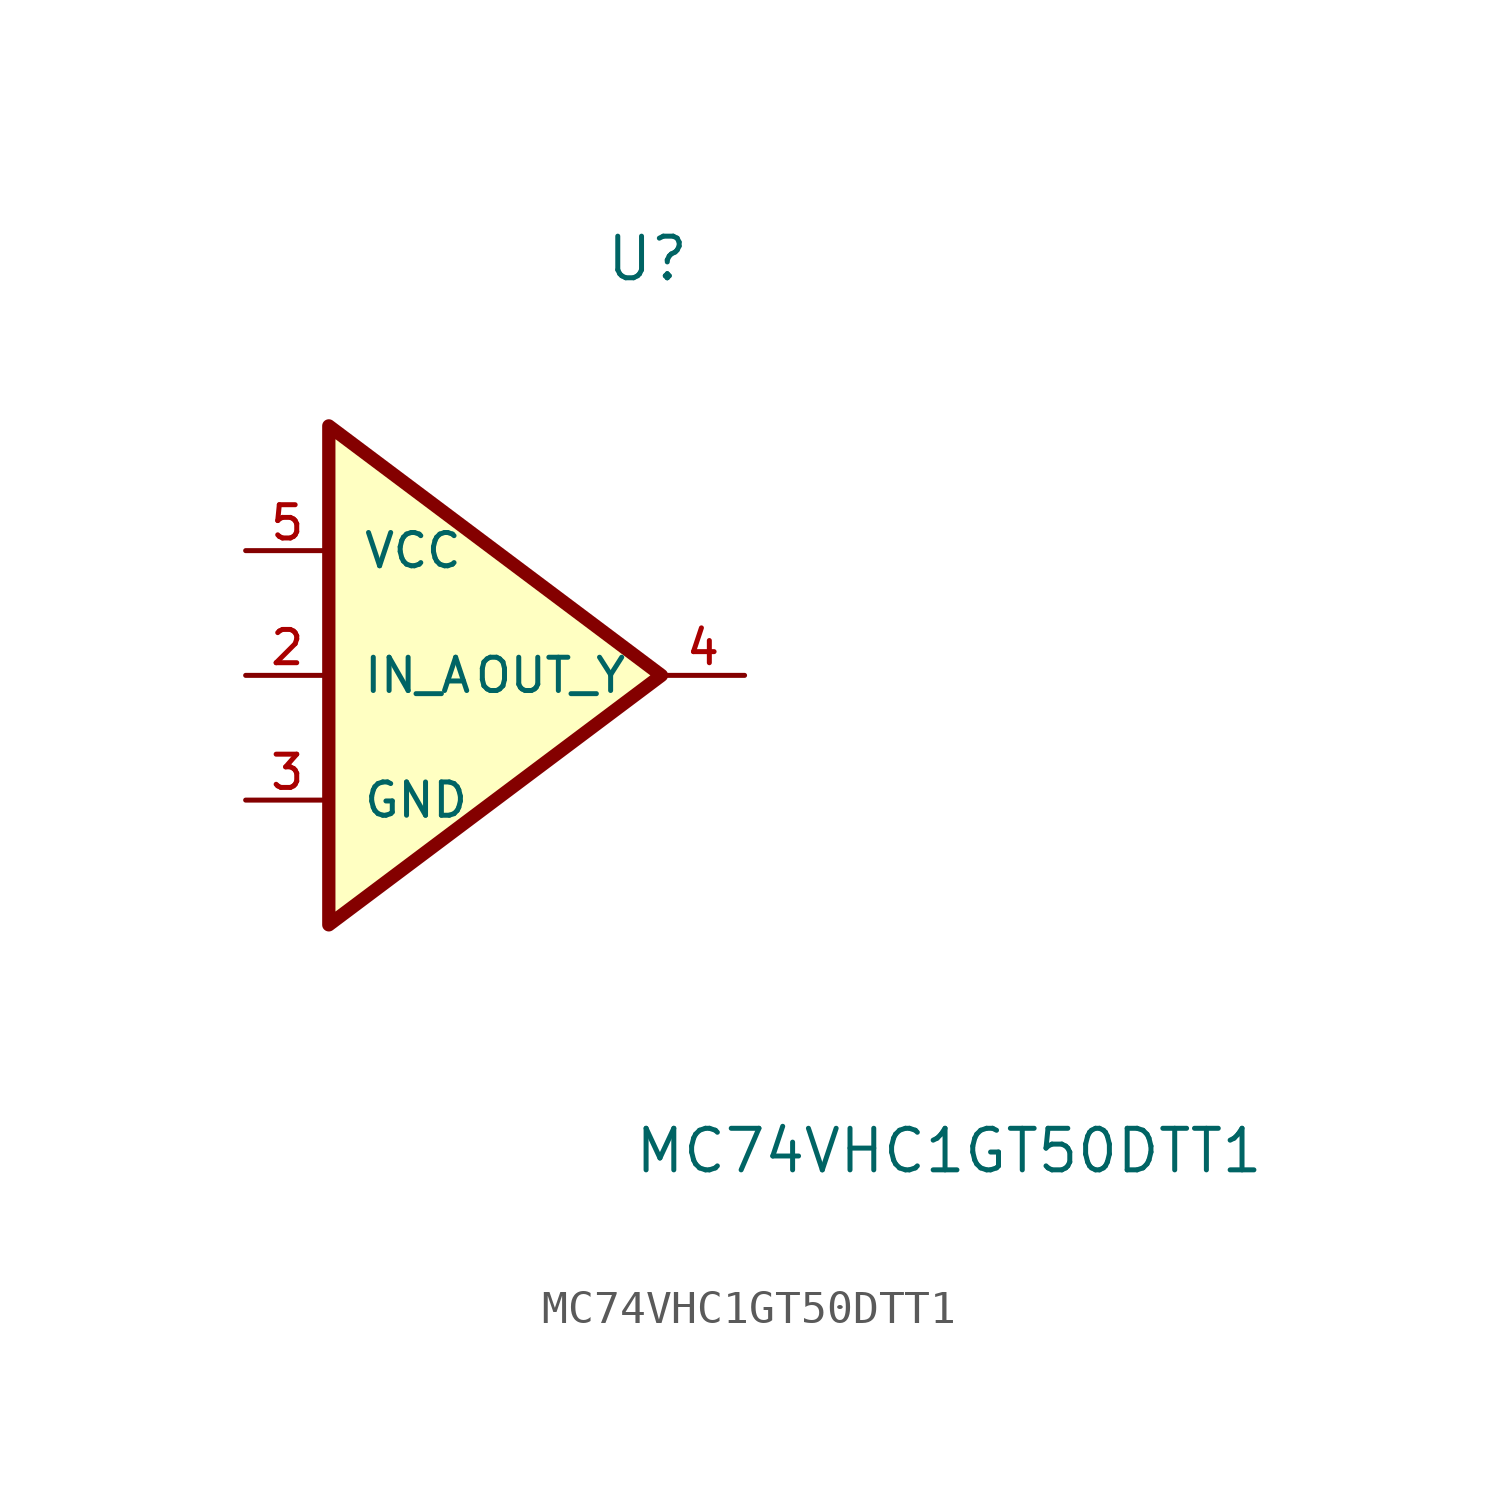
<source format=kicad_sym>
(kicad_symbol_lib
  (version 20231120)
  (generator "kicad_symbol_editor")
  (generator_version "8.0")
  (symbol "MC74VHC1GT50DTT1"
    (pin_names
      (offset 1.016))
    (property "Reference" "U"
      (at -6.816 15.792 0)
      (effects (font (size 1.27 1.27)) (justify left bottom)))
    (property "Value" "MC74VHC1GT50DTT1"
      (at -5.951 -11.458 0)
      (effects (font (size 1.27 1.27)) (justify left bottom)))
    (symbol "MC74VHC1GT50DTT1_0_1"
      (polyline (pts (xy -5.08 3.81) (xy -15.24 11.43) (xy -15.24 -3.81) (xy -5.08 3.81)) (stroke (width 0.406) (type default)) (fill (type background))))
    (symbol "MC74VHC1GT50DTT1_1_0"
      (pin no_connect line (at -8.89 -3.81 90) (length 5.08) hide (name "NC" (effects (font (size 1.016 1.016)))) (number "1" (effects (font (size 1.016 1.016)))))
      (pin input line (at -17.78 3.81 0) (length 2.54) (name "IN_A" (effects (font (size 1.016 1.016)))) (number "2" (effects (font (size 1.016 1.016)))))
      (pin passive line (at -17.78 0 0) (length 2.54) (name "GND" (effects (font (size 1.016 1.016)))) (number "3" (effects (font (size 1.016 1.016)))))
      (pin output line (at -2.54 3.81 180) (length 2.54) (name "OUT_Y" (effects (font (size 1.016 1.016)))) (number "4" (effects (font (size 1.016 1.016)))))
      (pin power_in line (at -17.78 7.62 0) (length 2.54) (name "VCC" (effects (font (size 1.016 1.016)))) (number "5" (effects (font (size 1.016 1.016))))))))
</source>
